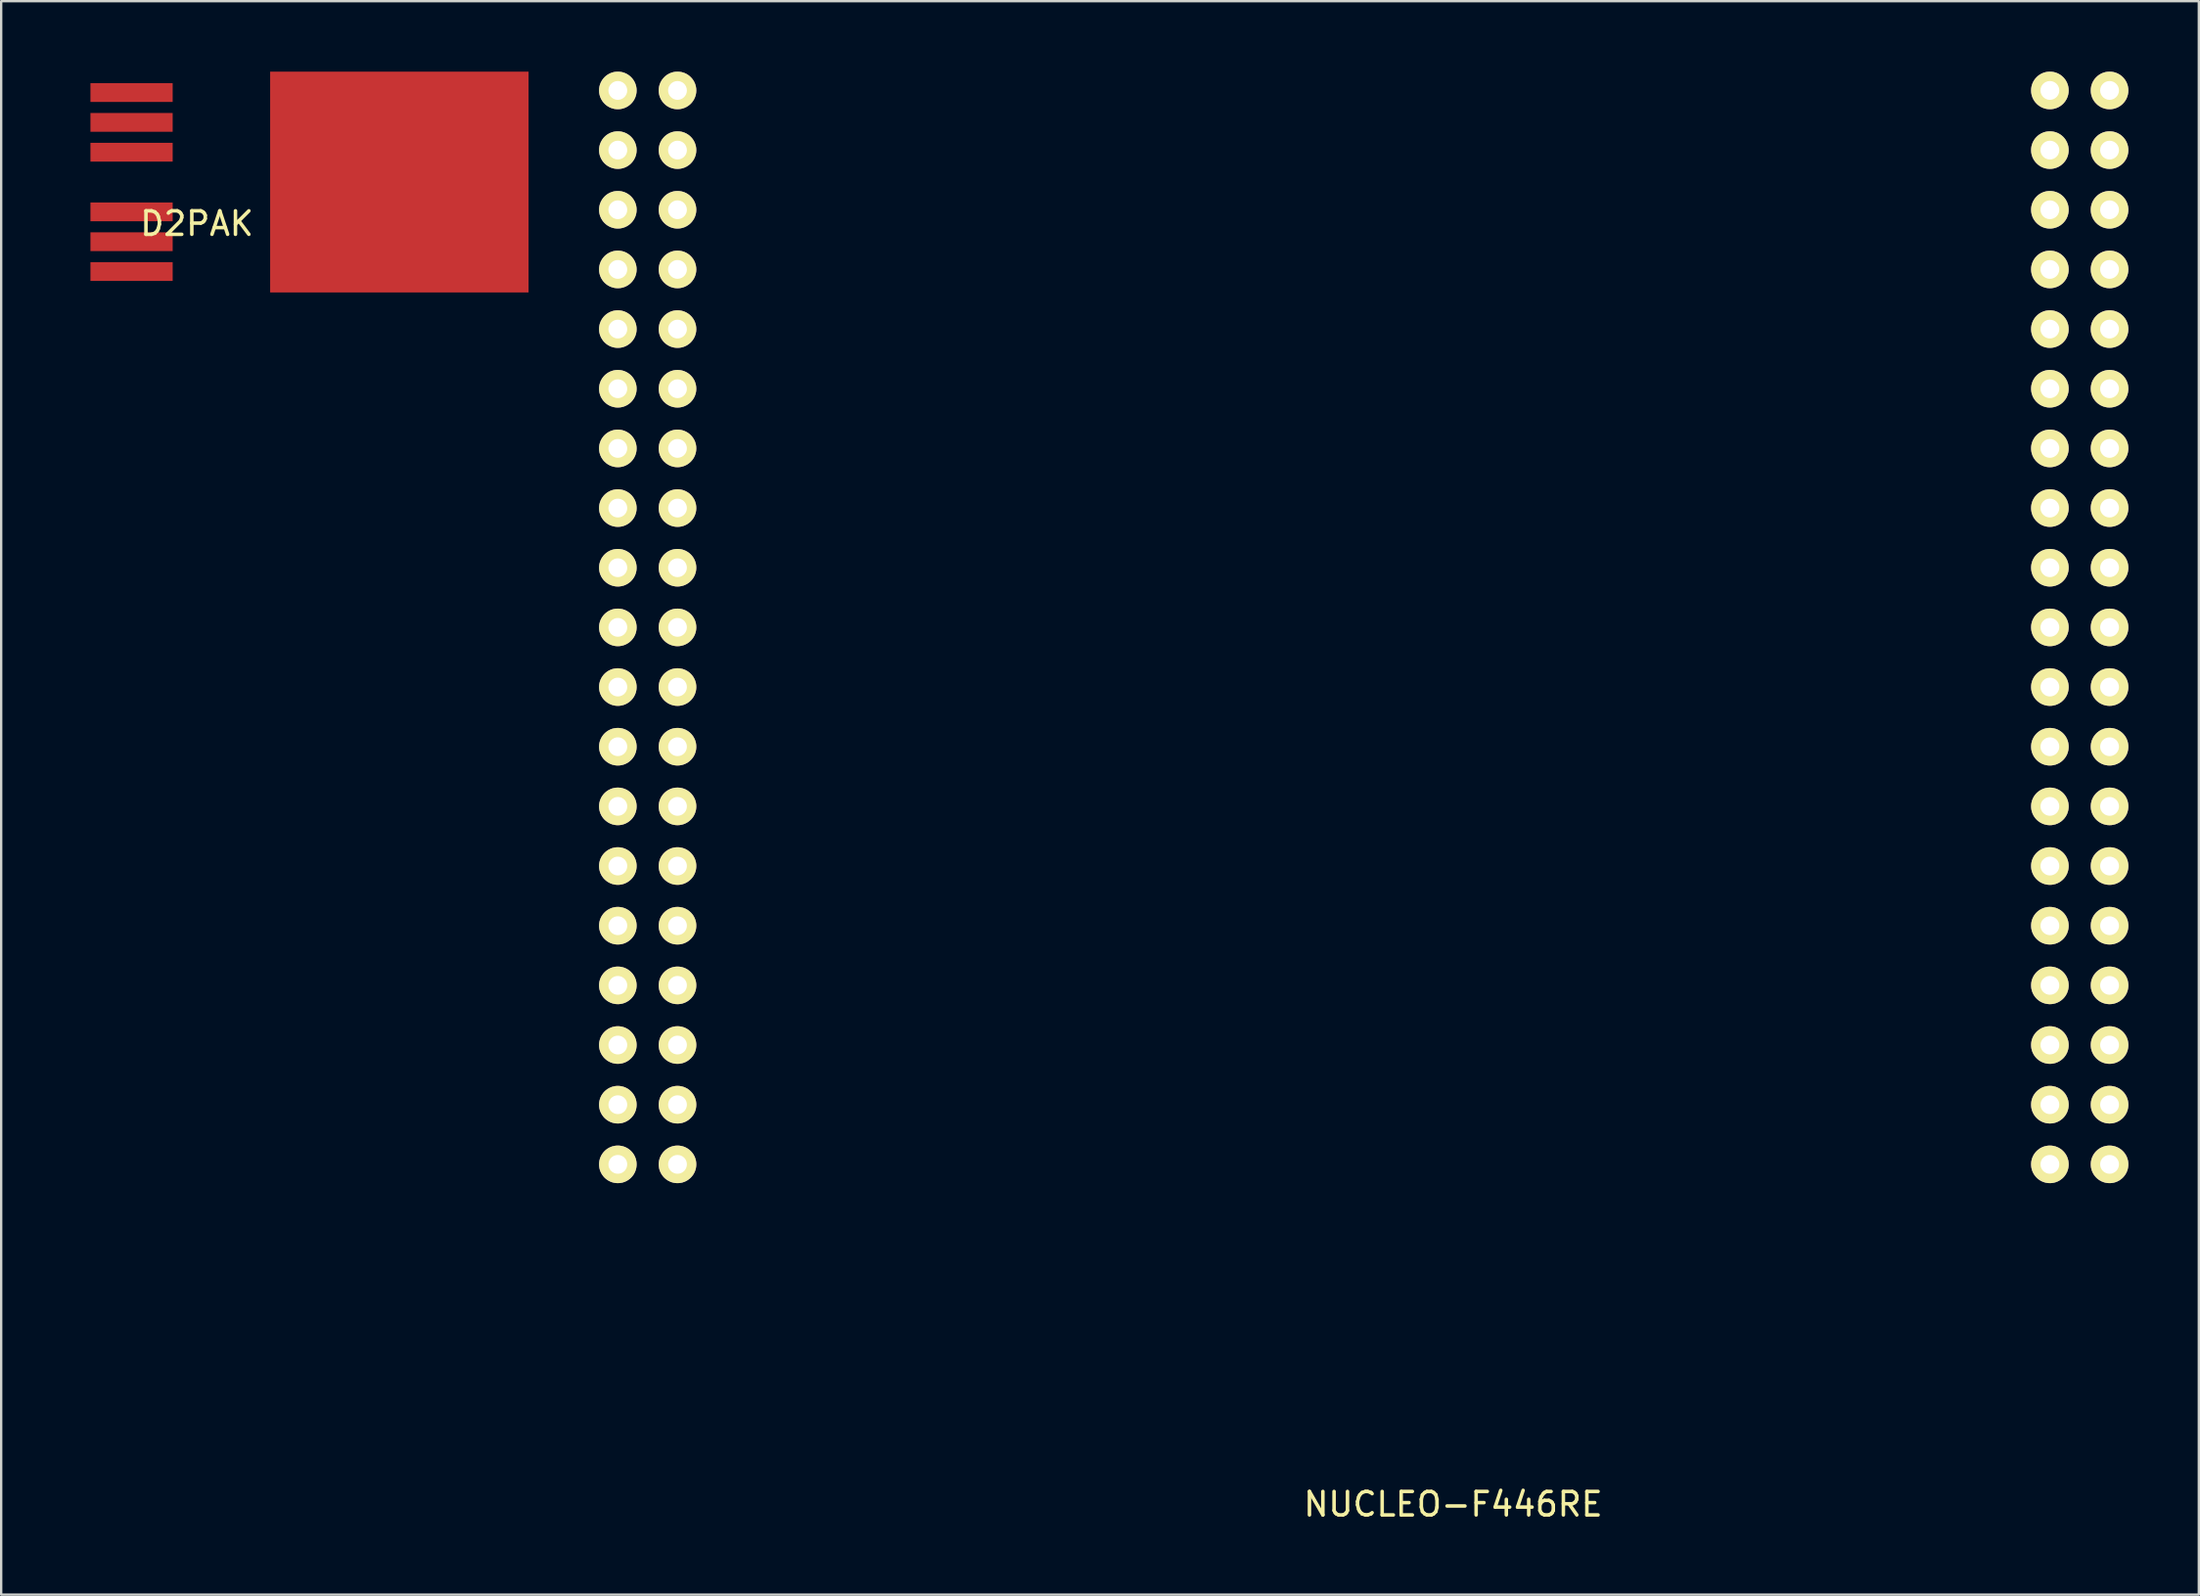
<source format=kicad_pcb>
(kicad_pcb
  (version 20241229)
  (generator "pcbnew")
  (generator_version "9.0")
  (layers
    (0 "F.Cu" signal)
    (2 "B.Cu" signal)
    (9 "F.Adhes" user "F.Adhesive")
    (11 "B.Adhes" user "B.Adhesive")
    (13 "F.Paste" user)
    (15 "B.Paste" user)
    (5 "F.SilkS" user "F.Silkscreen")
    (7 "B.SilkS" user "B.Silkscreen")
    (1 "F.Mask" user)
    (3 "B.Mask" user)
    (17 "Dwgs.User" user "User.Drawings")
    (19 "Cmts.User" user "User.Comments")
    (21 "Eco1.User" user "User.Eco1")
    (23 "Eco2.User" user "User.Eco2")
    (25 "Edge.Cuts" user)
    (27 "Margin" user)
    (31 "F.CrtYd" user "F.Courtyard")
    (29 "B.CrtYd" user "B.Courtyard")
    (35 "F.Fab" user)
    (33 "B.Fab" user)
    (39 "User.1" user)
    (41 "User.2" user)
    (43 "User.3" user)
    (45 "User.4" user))
  (footprint "NUCLEO-F446RE"
    (layer "F.Cu")
    (at 55 24.93)
    (property "Reference" "NUCLEO-F446RE" (at 3.81 36.06 0) (layer "F.SilkS") (effects (font (size 1 1) (thickness 0.15))))
    (attr through_hole)
    (pad "1" thru_hole circle (at -31.75 -24.13) (size 1.6 1.6) (drill 0.8) (layers "*.Cu" "*.Mask" "F.SilkS"))
    (pad "2" thru_hole circle (at -29.21 -24.13) (size 1.6 1.6) (drill 0.8) (layers "*.Cu" "*.Mask" "F.SilkS"))
    (pad "3" thru_hole circle (at -31.75 -21.59) (size 1.6 1.6) (drill 0.8) (layers "*.Cu" "*.Mask" "F.SilkS"))
    (pad "4" thru_hole circle (at -29.21 -21.59) (size 1.6 1.6) (drill 0.8) (layers "*.Cu" "*.Mask" "F.SilkS"))
    (pad "5" thru_hole circle (at -31.75 -19.05) (size 1.6 1.6) (drill 0.8) (layers "*.Cu" "*.Mask" "F.SilkS"))
    (pad "6" thru_hole circle (at -29.21 -19.05) (size 1.6 1.6) (drill 0.8) (layers "*.Cu" "*.Mask" "F.SilkS"))
    (pad "7" thru_hole circle (at -31.75 -16.51) (size 1.6 1.6) (drill 0.8) (layers "*.Cu" "*.Mask" "F.SilkS"))
    (pad "8" thru_hole circle (at -29.21 -16.51) (size 1.6 1.6) (drill 0.8) (layers "*.Cu" "*.Mask" "F.SilkS"))
    (pad "9" thru_hole circle (at -31.75 -13.97) (size 1.6 1.6) (drill 0.8) (layers "*.Cu" "*.Mask" "F.SilkS"))
    (pad "10" thru_hole circle (at -29.21 -13.97) (size 1.6 1.6) (drill 0.8) (layers "*.Cu" "*.Mask" "F.SilkS"))
    (pad "11" thru_hole circle (at -31.75 -11.43) (size 1.6 1.6) (drill 0.8) (layers "*.Cu" "*.Mask" "F.SilkS"))
    (pad "12" thru_hole circle (at -29.21 -11.43) (size 1.6 1.6) (drill 0.8) (layers "*.Cu" "*.Mask" "F.SilkS"))
    (pad "13" thru_hole circle (at -31.75 -8.89) (size 1.6 1.6) (drill 0.8) (layers "*.Cu" "*.Mask" "F.SilkS"))
    (pad "14" thru_hole circle (at -29.21 -8.89) (size 1.6 1.6) (drill 0.8) (layers "*.Cu" "*.Mask" "F.SilkS"))
    (pad "15" thru_hole circle (at -31.75 -6.35) (size 1.6 1.6) (drill 0.8) (layers "*.Cu" "*.Mask" "F.SilkS"))
    (pad "16" thru_hole circle (at -29.21 -6.35) (size 1.6 1.6) (drill 0.8) (layers "*.Cu" "*.Mask" "F.SilkS"))
    (pad "17" thru_hole circle (at -31.75 -3.81) (size 1.6 1.6) (drill 0.8) (layers "*.Cu" "*.Mask" "F.SilkS"))
    (pad "18" thru_hole circle (at -29.21 -3.81) (size 1.6 1.6) (drill 0.8) (layers "*.Cu" "*.Mask" "F.SilkS"))
    (pad "19" thru_hole circle (at -31.75 -1.27) (size 1.6 1.6) (drill 0.8) (layers "*.Cu" "*.Mask" "F.SilkS"))
    (pad "20" thru_hole circle (at -29.21 -1.27) (size 1.6 1.6) (drill 0.8) (layers "*.Cu" "*.Mask" "F.SilkS"))
    (pad "21" thru_hole circle (at -31.75 1.27) (size 1.6 1.6) (drill 0.8) (layers "*.Cu" "*.Mask" "F.SilkS"))
    (pad "22" thru_hole circle (at -29.21 1.27) (size 1.6 1.6) (drill 0.8) (layers "*.Cu" "*.Mask" "F.SilkS"))
    (pad "23" thru_hole circle (at -31.75 3.81) (size 1.6 1.6) (drill 0.8) (layers "*.Cu" "*.Mask" "F.SilkS"))
    (pad "24" thru_hole circle (at -29.21 3.81) (size 1.6 1.6) (drill 0.8) (layers "*.Cu" "*.Mask" "F.SilkS"))
    (pad "25" thru_hole circle (at -31.75 6.35) (size 1.6 1.6) (drill 0.8) (layers "*.Cu" "*.Mask" "F.SilkS"))
    (pad "26" thru_hole circle (at -29.21 6.35) (size 1.6 1.6) (drill 0.8) (layers "*.Cu" "*.Mask" "F.SilkS"))
    (pad "27" thru_hole circle (at -31.75 8.89) (size 1.6 1.6) (drill 0.8) (layers "*.Cu" "*.Mask" "F.SilkS"))
    (pad "28" thru_hole circle (at -29.21 8.89) (size 1.6 1.6) (drill 0.8) (layers "*.Cu" "*.Mask" "F.SilkS"))
    (pad "29" thru_hole circle (at -31.75 11.43) (size 1.6 1.6) (drill 0.8) (layers "*.Cu" "*.Mask" "F.SilkS"))
    (pad "30" thru_hole circle (at -29.21 11.43) (size 1.6 1.6) (drill 0.8) (layers "*.Cu" "*.Mask" "F.SilkS"))
    (pad "31" thru_hole circle (at -31.75 13.97) (size 1.6 1.6) (drill 0.8) (layers "*.Cu" "*.Mask" "F.SilkS"))
    (pad "32" thru_hole circle (at -29.21 13.97) (size 1.6 1.6) (drill 0.8) (layers "*.Cu" "*.Mask" "F.SilkS"))
    (pad "33" thru_hole circle (at -31.75 16.51) (size 1.6 1.6) (drill 0.8) (layers "*.Cu" "*.Mask" "F.SilkS"))
    (pad "34" thru_hole circle (at -29.21 16.51) (size 1.6 1.6) (drill 0.8) (layers "*.Cu" "*.Mask" "F.SilkS"))
    (pad "35" thru_hole circle (at -31.75 19.05) (size 1.6 1.6) (drill 0.8) (layers "*.Cu" "*.Mask" "F.SilkS"))
    (pad "36" thru_hole circle (at -29.21 19.05) (size 1.6 1.6) (drill 0.8) (layers "*.Cu" "*.Mask" "F.SilkS"))
    (pad "37" thru_hole circle (at -31.75 21.59) (size 1.6 1.6) (drill 0.8) (layers "*.Cu" "*.Mask" "F.SilkS"))
    (pad "38" thru_hole circle (at -29.21 21.59) (size 1.6 1.6) (drill 0.8) (layers "*.Cu" "*.Mask" "F.SilkS"))
    (pad "39" thru_hole circle (at 29.21 -24.13) (size 1.6 1.6) (drill 0.8) (layers "*.Cu" "*.Mask" "F.SilkS"))
    (pad "40" thru_hole circle (at 31.75 -24.13) (size 1.6 1.6) (drill 0.8) (layers "*.Cu" "*.Mask" "F.SilkS"))
    (pad "41" thru_hole circle (at 29.21 -21.59) (size 1.6 1.6) (drill 0.8) (layers "*.Cu" "*.Mask" "F.SilkS"))
    (pad "42" thru_hole circle (at 31.75 -21.59) (size 1.6 1.6) (drill 0.8) (layers "*.Cu" "*.Mask" "F.SilkS"))
    (pad "43" thru_hole circle (at 29.21 -19.05) (size 1.6 1.6) (drill 0.8) (layers "*.Cu" "*.Mask" "F.SilkS"))
    (pad "44" thru_hole circle (at 31.75 -19.05) (size 1.6 1.6) (drill 0.8) (layers "*.Cu" "*.Mask" "F.SilkS"))
    (pad "45" thru_hole circle (at 29.21 -16.51) (size 1.6 1.6) (drill 0.8) (layers "*.Cu" "*.Mask" "F.SilkS"))
    (pad "46" thru_hole circle (at 31.75 -16.51) (size 1.6 1.6) (drill 0.8) (layers "*.Cu" "*.Mask" "F.SilkS"))
    (pad "47" thru_hole circle (at 29.21 -13.97) (size 1.6 1.6) (drill 0.8) (layers "*.Cu" "*.Mask" "F.SilkS"))
    (pad "48" thru_hole circle (at 31.75 -13.97) (size 1.6 1.6) (drill 0.8) (layers "*.Cu" "*.Mask" "F.SilkS"))
    (pad "49" thru_hole circle (at 29.21 -11.43) (size 1.6 1.6) (drill 0.8) (layers "*.Cu" "*.Mask" "F.SilkS"))
    (pad "50" thru_hole circle (at 31.75 -11.43) (size 1.6 1.6) (drill 0.8) (layers "*.Cu" "*.Mask" "F.SilkS"))
    (pad "51" thru_hole circle (at 29.21 -8.89) (size 1.6 1.6) (drill 0.8) (layers "*.Cu" "*.Mask" "F.SilkS"))
    (pad "52" thru_hole circle (at 31.75 -8.89) (size 1.6 1.6) (drill 0.8) (layers "*.Cu" "*.Mask" "F.SilkS"))
    (pad "53" thru_hole circle (at 29.21 -6.35) (size 1.6 1.6) (drill 0.8) (layers "*.Cu" "*.Mask" "F.SilkS"))
    (pad "54" thru_hole circle (at 31.75 -6.35) (size 1.6 1.6) (drill 0.8) (layers "*.Cu" "*.Mask" "F.SilkS"))
    (pad "55" thru_hole circle (at 29.21 -3.81) (size 1.6 1.6) (drill 0.8) (layers "*.Cu" "*.Mask" "F.SilkS"))
    (pad "56" thru_hole circle (at 31.75 -3.81) (size 1.6 1.6) (drill 0.8) (layers "*.Cu" "*.Mask" "F.SilkS"))
    (pad "57" thru_hole circle (at 29.21 -1.27) (size 1.6 1.6) (drill 0.8) (layers "*.Cu" "*.Mask" "F.SilkS"))
    (pad "58" thru_hole circle (at 31.75 -1.27) (size 1.6 1.6) (drill 0.8) (layers "*.Cu" "*.Mask" "F.SilkS"))
    (pad "59" thru_hole circle (at 29.21 1.27) (size 1.6 1.6) (drill 0.8) (layers "*.Cu" "*.Mask" "F.SilkS"))
    (pad "60" thru_hole circle (at 31.75 1.27) (size 1.6 1.6) (drill 0.8) (layers "*.Cu" "*.Mask" "F.SilkS"))
    (pad "61" thru_hole circle (at 29.21 3.81) (size 1.6 1.6) (drill 0.8) (layers "*.Cu" "*.Mask" "F.SilkS"))
    (pad "62" thru_hole circle (at 31.75 3.81) (size 1.6 1.6) (drill 0.8) (layers "*.Cu" "*.Mask" "F.SilkS"))
    (pad "63" thru_hole circle (at 29.21 6.35) (size 1.6 1.6) (drill 0.8) (layers "*.Cu" "*.Mask" "F.SilkS"))
    (pad "64" thru_hole circle (at 31.75 6.35) (size 1.6 1.6) (drill 0.8) (layers "*.Cu" "*.Mask" "F.SilkS"))
    (pad "65" thru_hole circle (at 29.21 8.89) (size 1.6 1.6) (drill 0.8) (layers "*.Cu" "*.Mask" "F.SilkS"))
    (pad "66" thru_hole circle (at 31.75 8.89) (size 1.6 1.6) (drill 0.8) (layers "*.Cu" "*.Mask" "F.SilkS"))
    (pad "67" thru_hole circle (at 29.21 11.43) (size 1.6 1.6) (drill 0.8) (layers "*.Cu" "*.Mask" "F.SilkS"))
    (pad "68" thru_hole circle (at 31.75 11.43) (size 1.6 1.6) (drill 0.8) (layers "*.Cu" "*.Mask" "F.SilkS"))
    (pad "69" thru_hole circle (at 29.21 13.97) (size 1.6 1.6) (drill 0.8) (layers "*.Cu" "*.Mask" "F.SilkS"))
    (pad "70" thru_hole circle (at 31.75 13.97) (size 1.6 1.6) (drill 0.8) (layers "*.Cu" "*.Mask" "F.SilkS"))
    (pad "71" thru_hole circle (at 29.21 16.51) (size 1.6 1.6) (drill 0.8) (layers "*.Cu" "*.Mask" "F.SilkS"))
    (pad "72" thru_hole circle (at 31.75 16.51) (size 1.6 1.6) (drill 0.8) (layers "*.Cu" "*.Mask" "F.SilkS"))
    (pad "73" thru_hole circle (at 29.21 19.05) (size 1.6 1.6) (drill 0.8) (layers "*.Cu" "*.Mask" "F.SilkS"))
    (pad "74" thru_hole circle (at 31.75 19.05) (size 1.6 1.6) (drill 0.8) (layers "*.Cu" "*.Mask" "F.SilkS"))
    (pad "75" thru_hole circle (at 29.21 21.59) (size 1.6 1.6) (drill 0.8) (layers "*.Cu" "*.Mask" "F.SilkS"))
    (pad "76" thru_hole circle (at 31.75 21.59) (size 1.6 1.6) (drill 0.8) (layers "*.Cu" "*.Mask" "F.SilkS")))
  (footprint "D2PAK"
    (layer "F.Cu")
    (at 0.25 4.7)
    (property "Reference" "D2PAK" (at 5.08 1.77 0) (layer "F.SilkS") (effects (font (size 1 1) (thickness 0.15))))
    (attr through_hole)
    (pad "1" smd rect (at 2.3 -3.81) (size 3.5 0.8) (layers "F.Cu" "F.Mask" "F.Paste"))
    (pad "2" smd rect (at 2.3 -2.54) (size 3.5 0.8) (layers "F.Cu" "F.Mask" "F.Paste"))
    (pad "2" smd rect (at 2.3 -1.27) (size 3.5 0.8) (layers "F.Cu" "F.Mask" "F.Paste"))
    (pad "2" smd rect (at 2.3 1.27) (size 3.5 0.8) (layers "F.Cu" "F.Mask" "F.Paste"))
    (pad "2" smd rect (at 2.3 2.54) (size 3.5 0.8) (layers "F.Cu" "F.Mask" "F.Paste"))
    (pad "2" smd rect (at 2.3 3.81) (size 3.5 0.8) (layers "F.Cu" "F.Mask" "F.Paste"))
    (pad "3" smd rect (at 13.7 0) (size 11 9.4) (layers "F.Cu" "F.Mask" "F.Paste")))
  (gr_rect
    (start -3 -3)
    (end 90.55 64.838)
    (stroke (width 0.1) (type default))
    (fill no)
    (layer "Edge.Cuts")))
</source>
